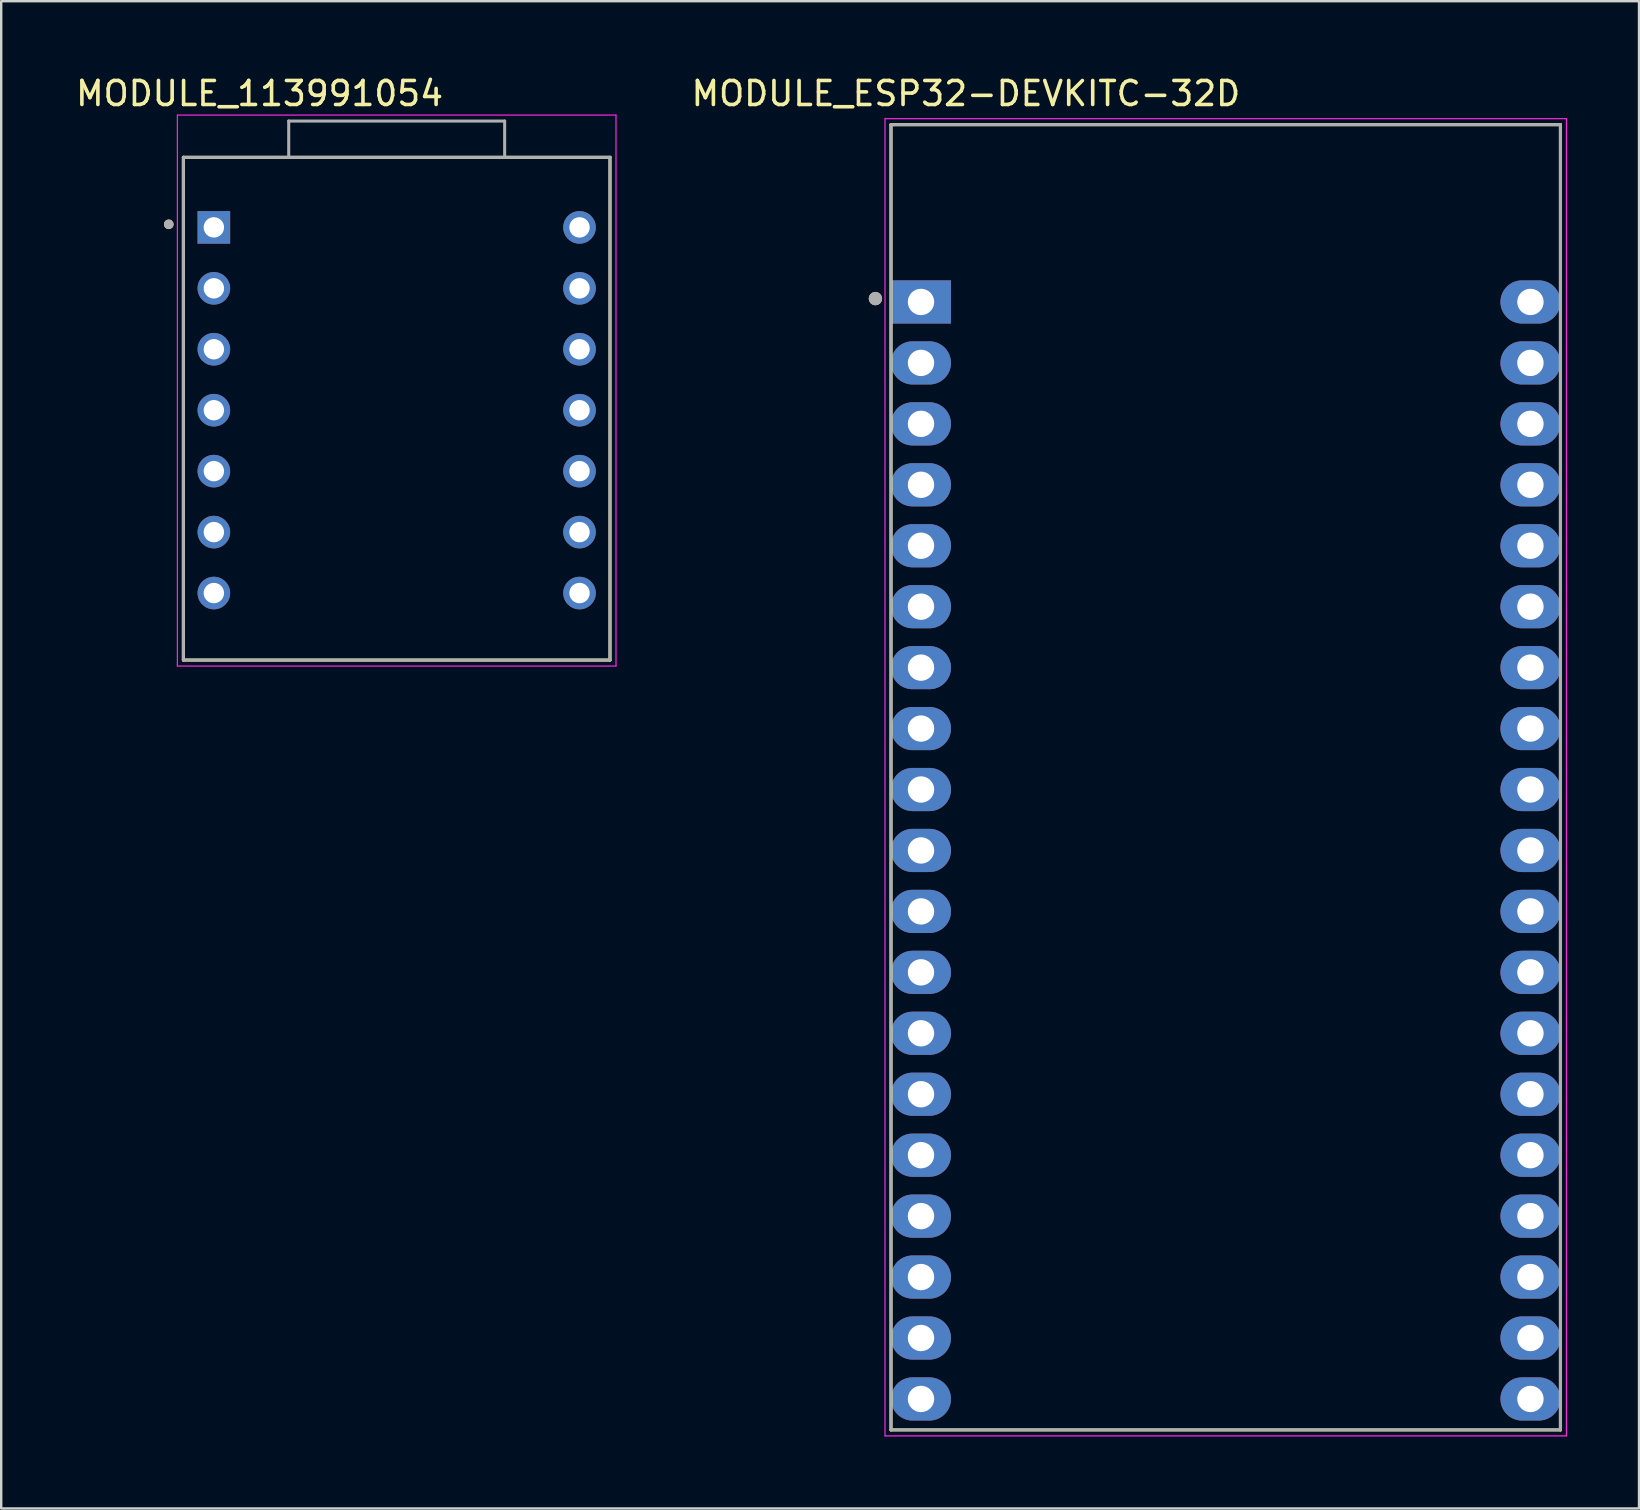
<source format=kicad_pcb>
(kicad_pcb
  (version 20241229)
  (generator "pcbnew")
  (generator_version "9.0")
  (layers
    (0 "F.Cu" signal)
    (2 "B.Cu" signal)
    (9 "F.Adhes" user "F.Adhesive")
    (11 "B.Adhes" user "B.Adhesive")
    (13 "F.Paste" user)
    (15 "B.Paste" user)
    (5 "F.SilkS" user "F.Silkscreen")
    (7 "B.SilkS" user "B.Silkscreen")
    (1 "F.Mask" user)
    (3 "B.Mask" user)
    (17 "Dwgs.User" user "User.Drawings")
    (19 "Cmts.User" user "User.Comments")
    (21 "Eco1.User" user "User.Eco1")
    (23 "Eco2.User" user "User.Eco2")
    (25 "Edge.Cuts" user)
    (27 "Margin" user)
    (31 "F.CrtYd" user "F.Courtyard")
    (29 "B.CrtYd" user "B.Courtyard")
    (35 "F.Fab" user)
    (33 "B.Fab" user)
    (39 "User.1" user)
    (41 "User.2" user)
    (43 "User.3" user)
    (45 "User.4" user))
  (footprint "MODULE_113991054"
    (layer "F.Cu")
    (at 13.483 13.983)
    (property "Reference" "MODULE_113991054" (at -5.715 -13.135 0) (layer "F.SilkS") (effects (font (size 1 1) (thickness 0.15))))
    (attr through_hole)
    (fp_line (start -8.89 -10.477) (end 8.89 -10.477) (stroke (width 0.127) (type solid)) (layer "F.SilkS"))
    (fp_line (start -8.89 10.477) (end -8.89 -10.477) (stroke (width 0.127) (type solid)) (layer "F.SilkS"))
    (fp_line (start 8.89 -10.477) (end 8.89 10.477) (stroke (width 0.127) (type solid)) (layer "F.SilkS"))
    (fp_line (start 8.89 10.477) (end -8.89 10.477) (stroke (width 0.127) (type solid)) (layer "F.SilkS"))
    (fp_circle (center -9.5 -7.684) (end -9.4 -7.684) (stroke (width 0.2) (type solid)) (fill no) (layer "F.SilkS"))
    (fp_line (start -9.14 -12.238) (end -9.14 10.727) (stroke (width 0.05) (type solid)) (layer "F.CrtYd"))
    (fp_line (start -9.14 10.727) (end 9.14 10.727) (stroke (width 0.05) (type solid)) (layer "F.CrtYd"))
    (fp_line (start 9.14 -12.238) (end -9.14 -12.238) (stroke (width 0.05) (type solid)) (layer "F.CrtYd"))
    (fp_line (start 9.14 10.727) (end 9.14 -12.238) (stroke (width 0.05) (type solid)) (layer "F.CrtYd"))
    (fp_line (start -8.89 -10.477) (end -4.5 -10.477) (stroke (width 0.127) (type solid)) (layer "F.Fab"))
    (fp_line (start -8.89 10.477) (end -8.89 -10.477) (stroke (width 0.127) (type solid)) (layer "F.Fab"))
    (fp_line (start -4.5 -11.988) (end 4.5 -11.988) (stroke (width 0.127) (type solid)) (layer "F.Fab"))
    (fp_line (start -4.5 -10.477) (end -4.5 -11.988) (stroke (width 0.127) (type solid)) (layer "F.Fab"))
    (fp_line (start -4.5 -10.477) (end 4.5 -10.477) (stroke (width 0.127) (type solid)) (layer "F.Fab"))
    (fp_line (start 4.5 -11.988) (end 4.5 -10.477) (stroke (width 0.127) (type solid)) (layer "F.Fab"))
    (fp_line (start 4.5 -10.477) (end 8.89 -10.477) (stroke (width 0.127) (type solid)) (layer "F.Fab"))
    (fp_line (start 8.89 -10.477) (end 8.89 10.477) (stroke (width 0.127) (type solid)) (layer "F.Fab"))
    (fp_line (start 8.89 10.477) (end -8.89 10.477) (stroke (width 0.127) (type solid)) (layer "F.Fab"))
    (fp_circle (center -9.5 -7.684) (end -9.4 -7.684) (stroke (width 0.2) (type solid)) (fill no) (layer "F.Fab"))
    (pad "1" thru_hole rect (at -7.62 -7.556) (size 1.358 1.358) (drill 0.85) (layers "*.Cu" "*.Mask"))
    (pad "2" thru_hole circle (at -7.62 -5.016) (size 1.358 1.358) (drill 0.85) (layers "*.Cu" "*.Mask"))
    (pad "3" thru_hole circle (at -7.62 -2.477) (size 1.358 1.358) (drill 0.85) (layers "*.Cu" "*.Mask"))
    (pad "4" thru_hole circle (at -7.62 0.064) (size 1.358 1.358) (drill 0.85) (layers "*.Cu" "*.Mask"))
    (pad "5" thru_hole circle (at -7.62 2.603) (size 1.358 1.358) (drill 0.85) (layers "*.Cu" "*.Mask"))
    (pad "6" thru_hole circle (at -7.62 5.144) (size 1.358 1.358) (drill 0.85) (layers "*.Cu" "*.Mask"))
    (pad "7" thru_hole circle (at -7.62 7.684) (size 1.358 1.358) (drill 0.85) (layers "*.Cu" "*.Mask"))
    (pad "8" thru_hole circle (at 7.62 7.684) (size 1.358 1.358) (drill 0.85) (layers "*.Cu" "*.Mask"))
    (pad "9" thru_hole circle (at 7.62 5.144) (size 1.358 1.358) (drill 0.85) (layers "*.Cu" "*.Mask"))
    (pad "10" thru_hole circle (at 7.62 2.603) (size 1.358 1.358) (drill 0.85) (layers "*.Cu" "*.Mask"))
    (pad "11" thru_hole circle (at 7.62 0.064) (size 1.358 1.358) (drill 0.85) (layers "*.Cu" "*.Mask"))
    (pad "12" thru_hole circle (at 7.62 -2.477) (size 1.358 1.358) (drill 0.85) (layers "*.Cu" "*.Mask"))
    (pad "13" thru_hole circle (at 7.62 -5.016) (size 1.358 1.358) (drill 0.85) (layers "*.Cu" "*.Mask"))
    (pad "14" thru_hole circle (at 7.62 -7.556) (size 1.358 1.358) (drill 0.85) (layers "*.Cu" "*.Mask")))
  (footprint "MODULE_ESP32-DEVKITC-32D"
    (layer "F.Cu")
    (at 48.035 29.295)
    (property "Reference" "MODULE_ESP32-DEVKITC-32D" (at -10.829 -28.446 0) (layer "F.SilkS") (effects (font (size 1 1) (thickness 0.15))))
    (attr through_hole)
    (fp_line (start -13.95 -27.15) (end 13.95 -27.15) (stroke (width 0.127) (type solid)) (layer "F.SilkS"))
    (fp_line (start -13.95 27.25) (end -13.95 -27.15) (stroke (width 0.127) (type solid)) (layer "F.SilkS"))
    (fp_line (start 13.95 -27.15) (end 13.95 27.25) (stroke (width 0.127) (type solid)) (layer "F.SilkS"))
    (fp_line (start 13.95 27.25) (end -13.95 27.25) (stroke (width 0.127) (type solid)) (layer "F.SilkS"))
    (fp_line (start -14.2 -27.4) (end 14.2 -27.4) (stroke (width 0.05) (type solid)) (layer "F.CrtYd"))
    (fp_line (start -14.2 27.5) (end -14.2 -27.4) (stroke (width 0.05) (type solid)) (layer "F.CrtYd"))
    (fp_line (start 14.2 -27.4) (end 14.2 27.5) (stroke (width 0.05) (type solid)) (layer "F.CrtYd"))
    (fp_line (start 14.2 27.5) (end -14.2 27.5) (stroke (width 0.05) (type solid)) (layer "F.CrtYd"))
    (fp_line (start -13.95 -27.15) (end 13.95 -27.15) (stroke (width 0.127) (type solid)) (layer "F.Fab"))
    (fp_line (start -13.95 27.25) (end -13.95 -27.15) (stroke (width 0.127) (type solid)) (layer "F.Fab"))
    (fp_line (start 13.95 -27.15) (end 13.95 27.25) (stroke (width 0.127) (type solid)) (layer "F.Fab"))
    (fp_line (start 13.95 27.25) (end -13.95 27.25) (stroke (width 0.127) (type solid)) (layer "F.Fab"))
    (fp_circle (center -14.6 -19.9) (end -14.46 -19.9) (stroke (width 0.28) (type solid)) (fill no) (layer "F.Fab"))
    (fp_circle (center -14.6 -19.9) (end -14.46 -19.9) (stroke (width 0.28) (type solid)) (fill no) (layer "F.Fab"))
    (pad "1" thru_hole rect (at -12.7 -19.76) (size 2.5 1.8) (drill 1.1) (layers "*.Cu" "*.Mask"))
    (pad "2" thru_hole oval (at -12.7 -17.22) (size 2.5 1.8) (drill 1.1) (layers "*.Cu" "*.Mask"))
    (pad "3" thru_hole oval (at -12.7 -14.68) (size 2.5 1.8) (drill 1.1) (layers "*.Cu" "*.Mask"))
    (pad "4" thru_hole oval (at -12.7 -12.14) (size 2.5 1.8) (drill 1.1) (layers "*.Cu" "*.Mask"))
    (pad "5" thru_hole oval (at -12.7 -9.6) (size 2.5 1.8) (drill 1.1) (layers "*.Cu" "*.Mask"))
    (pad "6" thru_hole oval (at -12.7 -7.06) (size 2.5 1.8) (drill 1.1) (layers "*.Cu" "*.Mask"))
    (pad "7" thru_hole oval (at -12.7 -4.52) (size 2.5 1.8) (drill 1.1) (layers "*.Cu" "*.Mask"))
    (pad "8" thru_hole oval (at -12.7 -1.98) (size 2.5 1.8) (drill 1.1) (layers "*.Cu" "*.Mask"))
    (pad "9" thru_hole oval (at -12.7 0.56) (size 2.5 1.8) (drill 1.1) (layers "*.Cu" "*.Mask"))
    (pad "10" thru_hole oval (at -12.7 3.1) (size 2.5 1.8) (drill 1.1) (layers "*.Cu" "*.Mask"))
    (pad "11" thru_hole oval (at -12.7 5.64) (size 2.5 1.8) (drill 1.1) (layers "*.Cu" "*.Mask"))
    (pad "12" thru_hole oval (at -12.7 8.18) (size 2.5 1.8) (drill 1.1) (layers "*.Cu" "*.Mask"))
    (pad "13" thru_hole oval (at -12.7 10.72) (size 2.5 1.8) (drill 1.1) (layers "*.Cu" "*.Mask"))
    (pad "14" thru_hole oval (at -12.7 13.26) (size 2.5 1.8) (drill 1.1) (layers "*.Cu" "*.Mask"))
    (pad "15" thru_hole oval (at -12.7 15.8) (size 2.5 1.8) (drill 1.1) (layers "*.Cu" "*.Mask"))
    (pad "16" thru_hole oval (at -12.7 18.34) (size 2.5 1.8) (drill 1.1) (layers "*.Cu" "*.Mask"))
    (pad "17" thru_hole oval (at -12.7 20.88) (size 2.5 1.8) (drill 1.1) (layers "*.Cu" "*.Mask"))
    (pad "18" thru_hole oval (at -12.7 23.42) (size 2.5 1.8) (drill 1.1) (layers "*.Cu" "*.Mask"))
    (pad "19" thru_hole oval (at -12.7 25.96) (size 2.5 1.8) (drill 1.1) (layers "*.Cu" "*.Mask"))
    (pad "20" thru_hole oval (at 12.7 -19.76) (size 2.5 1.8) (drill 1.1) (layers "*.Cu" "*.Mask"))
    (pad "21" thru_hole oval (at 12.7 -17.22) (size 2.5 1.8) (drill 1.1) (layers "*.Cu" "*.Mask"))
    (pad "22" thru_hole oval (at 12.7 -14.68) (size 2.5 1.8) (drill 1.1) (layers "*.Cu" "*.Mask"))
    (pad "23" thru_hole oval (at 12.7 -12.14) (size 2.5 1.8) (drill 1.1) (layers "*.Cu" "*.Mask"))
    (pad "24" thru_hole oval (at 12.7 -9.6) (size 2.5 1.8) (drill 1.1) (layers "*.Cu" "*.Mask"))
    (pad "25" thru_hole oval (at 12.7 -7.06) (size 2.5 1.8) (drill 1.1) (layers "*.Cu" "*.Mask"))
    (pad "26" thru_hole oval (at 12.7 -4.52) (size 2.5 1.8) (drill 1.1) (layers "*.Cu" "*.Mask"))
    (pad "27" thru_hole oval (at 12.7 -1.98) (size 2.5 1.8) (drill 1.1) (layers "*.Cu" "*.Mask"))
    (pad "28" thru_hole oval (at 12.7 0.56) (size 2.5 1.8) (drill 1.1) (layers "*.Cu" "*.Mask"))
    (pad "29" thru_hole oval (at 12.7 3.1) (size 2.5 1.8) (drill 1.1) (layers "*.Cu" "*.Mask"))
    (pad "30" thru_hole oval (at 12.7 5.64) (size 2.5 1.8) (drill 1.1) (layers "*.Cu" "*.Mask"))
    (pad "31" thru_hole oval (at 12.7 8.18) (size 2.5 1.8) (drill 1.1) (layers "*.Cu" "*.Mask"))
    (pad "32" thru_hole oval (at 12.7 10.72) (size 2.5 1.8) (drill 1.1) (layers "*.Cu" "*.Mask"))
    (pad "33" thru_hole oval (at 12.7 13.26) (size 2.5 1.8) (drill 1.1) (layers "*.Cu" "*.Mask"))
    (pad "34" thru_hole oval (at 12.7 15.8) (size 2.5 1.8) (drill 1.1) (layers "*.Cu" "*.Mask"))
    (pad "35" thru_hole oval (at 12.7 18.34) (size 2.5 1.8) (drill 1.1) (layers "*.Cu" "*.Mask"))
    (pad "36" thru_hole oval (at 12.7 20.88) (size 2.5 1.8) (drill 1.1) (layers "*.Cu" "*.Mask"))
    (pad "37" thru_hole oval (at 12.7 23.42) (size 2.5 1.8) (drill 1.1) (layers "*.Cu" "*.Mask"))
    (pad "38" thru_hole oval (at 12.7 25.96) (size 2.5 1.8) (drill 1.1) (layers "*.Cu" "*.Mask")))
  (gr_rect
    (start -3 -3)
    (end 65.26 59.82)
    (stroke (width 0.1) (type default))
    (fill no)
    (layer "Edge.Cuts")))
</source>
